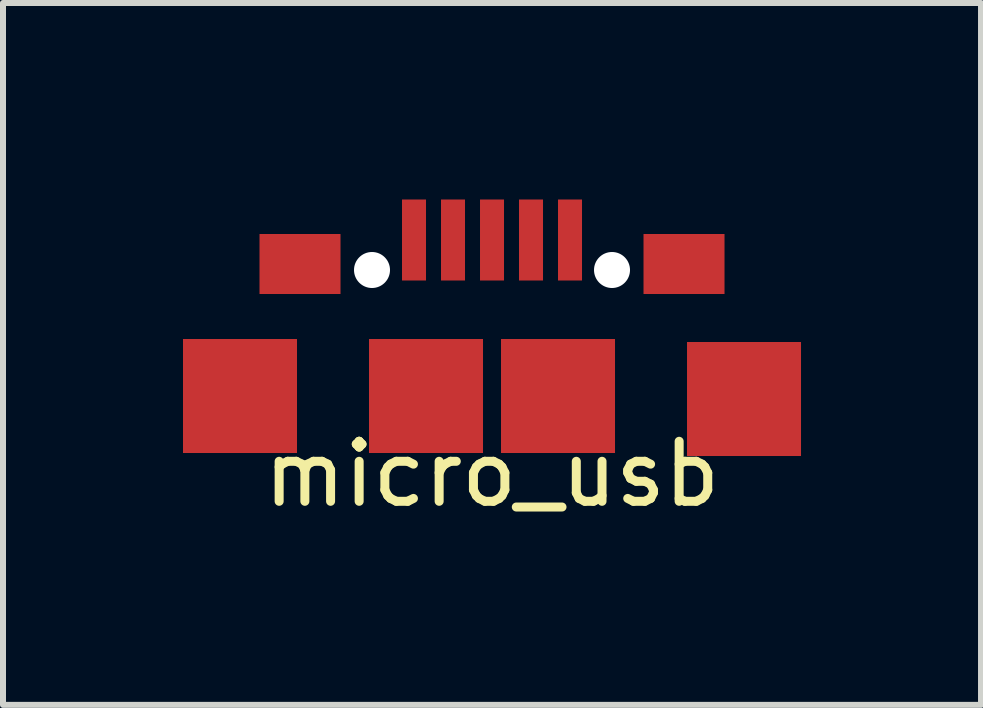
<source format=kicad_pcb>
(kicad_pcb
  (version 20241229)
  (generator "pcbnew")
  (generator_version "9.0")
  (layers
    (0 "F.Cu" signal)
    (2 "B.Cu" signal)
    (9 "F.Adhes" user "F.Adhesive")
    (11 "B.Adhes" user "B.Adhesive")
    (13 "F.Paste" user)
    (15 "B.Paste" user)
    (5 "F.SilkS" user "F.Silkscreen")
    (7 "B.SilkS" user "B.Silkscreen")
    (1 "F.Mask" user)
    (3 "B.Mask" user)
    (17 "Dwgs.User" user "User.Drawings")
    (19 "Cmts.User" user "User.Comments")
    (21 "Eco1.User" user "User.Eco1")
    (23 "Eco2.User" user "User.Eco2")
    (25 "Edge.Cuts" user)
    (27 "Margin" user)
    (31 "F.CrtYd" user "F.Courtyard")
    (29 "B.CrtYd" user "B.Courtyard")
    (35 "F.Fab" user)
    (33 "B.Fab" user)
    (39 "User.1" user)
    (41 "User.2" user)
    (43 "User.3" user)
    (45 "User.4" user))
  (footprint "micro_usb"
    (layer "F.Cu")
    (at 5.15 0.25)
    (property "Reference" "micro_usb" (at 0 4.6 0) (layer "F.SilkS") (effects (font (size 1 1) (thickness 0.15))))
    (attr through_hole)
    (pad "" np_thru_hole circle (at -2 1.2) (size 0.6 0.6) (drill 0.6) (layers "*.Cu" "*.Mask"))
    (pad "" np_thru_hole circle (at 2 1.2) (size 0.6 0.6) (drill 0.6) (layers "*.Cu" "*.Mask"))
    (pad "1" smd rect (at -1.3 0.7) (size 0.4 1.35) (layers "F.Cu" "F.Mask" "F.Paste"))
    (pad "2" smd rect (at -0.65 0.7) (size 0.4 1.35) (layers "F.Cu" "F.Mask" "F.Paste"))
    (pad "3" smd rect (at 0 0.7) (size 0.4 1.35) (layers "F.Cu" "F.Mask" "F.Paste"))
    (pad "4" smd rect (at 0.65 0.7) (size 0.4 1.35) (layers "F.Cu" "F.Mask" "F.Paste"))
    (pad "5" smd rect (at 1.3 0.7) (size 0.4 1.35) (layers "F.Cu" "F.Mask" "F.Paste"))
    (pad "6" smd rect (at -4.2 3.3) (size 1.9 1.9) (layers "F.Cu" "F.Mask" "F.Paste"))
    (pad "6" smd rect (at -3.2 1.1) (size 1.35 1) (layers "F.Cu" "F.Mask" "F.Paste"))
    (pad "6" smd rect (at -1.1 3.3) (size 1.9 1.9) (layers "F.Cu" "F.Mask" "F.Paste"))
    (pad "6" smd rect (at 1.1 3.3) (size 1.9 1.9) (layers "F.Cu" "F.Mask" "F.Paste"))
    (pad "6" smd rect (at 3.2 1.1) (size 1.35 1) (layers "F.Cu" "F.Mask" "F.Paste"))
    (pad "6" smd rect (at 4.2 3.35) (size 1.9 1.9) (layers "F.Cu" "F.Mask" "F.Paste")))
  (gr_rect
    (start -3 -3)
    (end 13.3 8.698)
    (stroke (width 0.1) (type default))
    (fill no)
    (layer "Edge.Cuts")))
</source>
